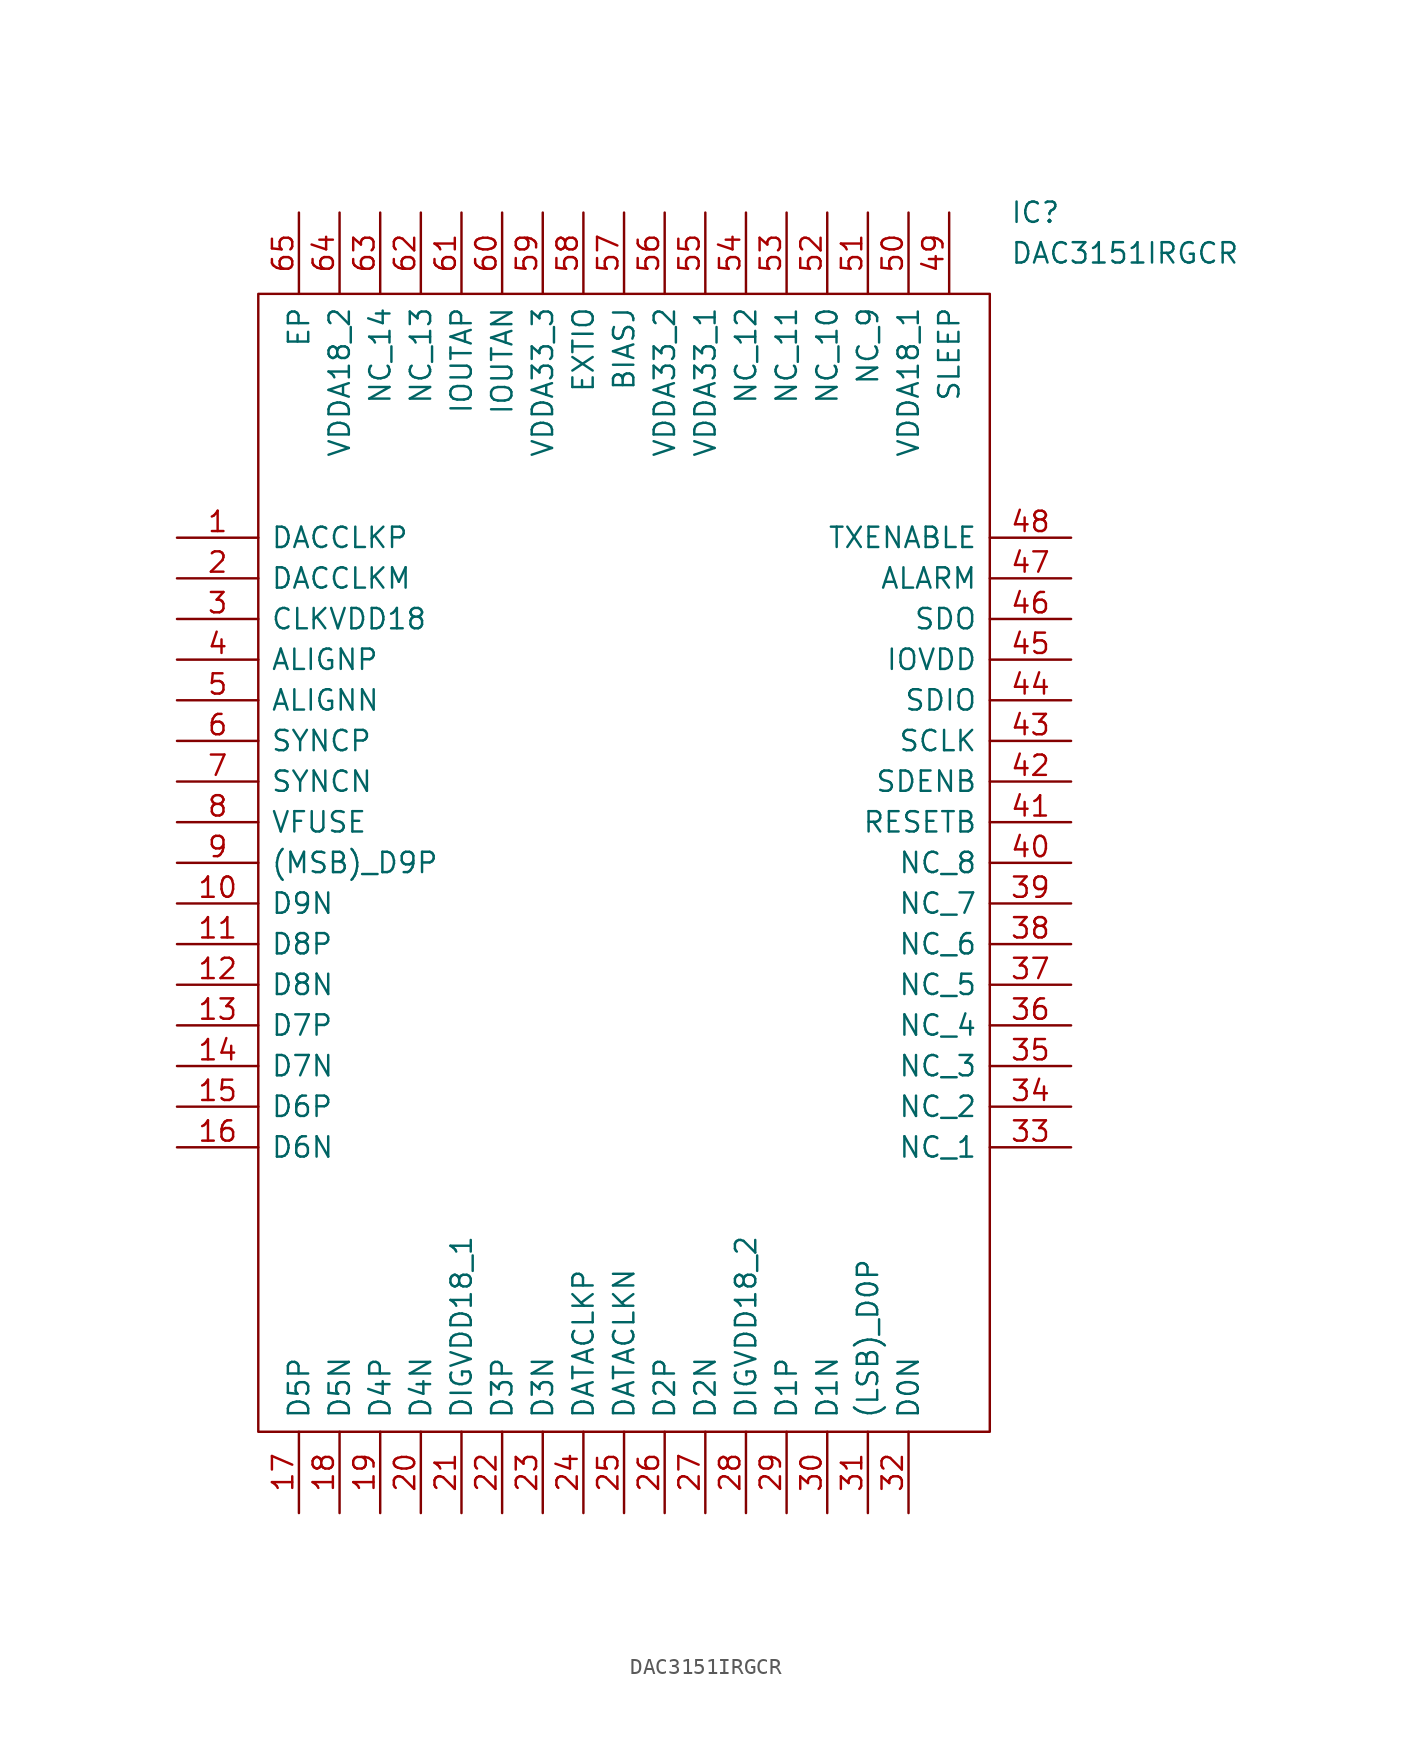
<source format=kicad_sym>
(kicad_symbol_lib
  (version 20211014)
  (generator kicad_symbol_editor)
  (symbol "DAC3151IRGCR"
    (pin_names
      (offset 0.762))
    (property "Reference" "IC"
      (at 52.07 20.32 0)
      (effects (font (size 1.27 1.27)) (justify left)))
    (property "Value" "DAC3151IRGCR"
      (at 52.07 17.78 0)
      (effects (font (size 1.27 1.27)) (justify left)))
    (symbol "DAC3151IRGCR_0_0"
      (pin passive line (at 0 0 0) (length 5.08) (name "DACCLKP" (effects (font (size 1.27 1.27)))) (number "1" (effects (font (size 1.27 1.27)))))
      (pin passive line (at 0 -22.86 0) (length 5.08) (name "D9N" (effects (font (size 1.27 1.27)))) (number "10" (effects (font (size 1.27 1.27)))))
      (pin passive line (at 0 -25.4 0) (length 5.08) (name "D8P" (effects (font (size 1.27 1.27)))) (number "11" (effects (font (size 1.27 1.27)))))
      (pin passive line (at 0 -27.94 0) (length 5.08) (name "D8N" (effects (font (size 1.27 1.27)))) (number "12" (effects (font (size 1.27 1.27)))))
      (pin passive line (at 0 -30.48 0) (length 5.08) (name "D7P" (effects (font (size 1.27 1.27)))) (number "13" (effects (font (size 1.27 1.27)))))
      (pin passive line (at 0 -33.02 0) (length 5.08) (name "D7N" (effects (font (size 1.27 1.27)))) (number "14" (effects (font (size 1.27 1.27)))))
      (pin passive line (at 0 -35.56 0) (length 5.08) (name "D6P" (effects (font (size 1.27 1.27)))) (number "15" (effects (font (size 1.27 1.27)))))
      (pin passive line (at 0 -38.1 0) (length 5.08) (name "D6N" (effects (font (size 1.27 1.27)))) (number "16" (effects (font (size 1.27 1.27)))))
      (pin passive line (at 7.62 -60.96 90) (length 5.08) (name "D5P" (effects (font (size 1.27 1.27)))) (number "17" (effects (font (size 1.27 1.27)))))
      (pin passive line (at 10.16 -60.96 90) (length 5.08) (name "D5N" (effects (font (size 1.27 1.27)))) (number "18" (effects (font (size 1.27 1.27)))))
      (pin passive line (at 12.7 -60.96 90) (length 5.08) (name "D4P" (effects (font (size 1.27 1.27)))) (number "19" (effects (font (size 1.27 1.27)))))
      (pin passive line (at 0 -2.54 0) (length 5.08) (name "DACCLKM" (effects (font (size 1.27 1.27)))) (number "2" (effects (font (size 1.27 1.27)))))
      (pin passive line (at 15.24 -60.96 90) (length 5.08) (name "D4N" (effects (font (size 1.27 1.27)))) (number "20" (effects (font (size 1.27 1.27)))))
      (pin passive line (at 17.78 -60.96 90) (length 5.08) (name "DIGVDD18_1" (effects (font (size 1.27 1.27)))) (number "21" (effects (font (size 1.27 1.27)))))
      (pin passive line (at 20.32 -60.96 90) (length 5.08) (name "D3P" (effects (font (size 1.27 1.27)))) (number "22" (effects (font (size 1.27 1.27)))))
      (pin passive line (at 22.86 -60.96 90) (length 5.08) (name "D3N" (effects (font (size 1.27 1.27)))) (number "23" (effects (font (size 1.27 1.27)))))
      (pin passive line (at 25.4 -60.96 90) (length 5.08) (name "DATACLKP" (effects (font (size 1.27 1.27)))) (number "24" (effects (font (size 1.27 1.27)))))
      (pin passive line (at 27.94 -60.96 90) (length 5.08) (name "DATACLKN" (effects (font (size 1.27 1.27)))) (number "25" (effects (font (size 1.27 1.27)))))
      (pin passive line (at 30.48 -60.96 90) (length 5.08) (name "D2P" (effects (font (size 1.27 1.27)))) (number "26" (effects (font (size 1.27 1.27)))))
      (pin passive line (at 33.02 -60.96 90) (length 5.08) (name "D2N" (effects (font (size 1.27 1.27)))) (number "27" (effects (font (size 1.27 1.27)))))
      (pin passive line (at 35.56 -60.96 90) (length 5.08) (name "DIGVDD18_2" (effects (font (size 1.27 1.27)))) (number "28" (effects (font (size 1.27 1.27)))))
      (pin passive line (at 38.1 -60.96 90) (length 5.08) (name "D1P" (effects (font (size 1.27 1.27)))) (number "29" (effects (font (size 1.27 1.27)))))
      (pin passive line (at 0 -5.08 0) (length 5.08) (name "CLKVDD18" (effects (font (size 1.27 1.27)))) (number "3" (effects (font (size 1.27 1.27)))))
      (pin passive line (at 40.64 -60.96 90) (length 5.08) (name "D1N" (effects (font (size 1.27 1.27)))) (number "30" (effects (font (size 1.27 1.27)))))
      (pin passive line (at 43.18 -60.96 90) (length 5.08) (name "(LSB)_D0P" (effects (font (size 1.27 1.27)))) (number "31" (effects (font (size 1.27 1.27)))))
      (pin passive line (at 45.72 -60.96 90) (length 5.08) (name "D0N" (effects (font (size 1.27 1.27)))) (number "32" (effects (font (size 1.27 1.27)))))
      (pin passive line (at 55.88 -38.1 180) (length 5.08) (name "NC_1" (effects (font (size 1.27 1.27)))) (number "33" (effects (font (size 1.27 1.27)))))
      (pin passive line (at 55.88 -35.56 180) (length 5.08) (name "NC_2" (effects (font (size 1.27 1.27)))) (number "34" (effects (font (size 1.27 1.27)))))
      (pin passive line (at 55.88 -33.02 180) (length 5.08) (name "NC_3" (effects (font (size 1.27 1.27)))) (number "35" (effects (font (size 1.27 1.27)))))
      (pin passive line (at 55.88 -30.48 180) (length 5.08) (name "NC_4" (effects (font (size 1.27 1.27)))) (number "36" (effects (font (size 1.27 1.27)))))
      (pin passive line (at 55.88 -27.94 180) (length 5.08) (name "NC_5" (effects (font (size 1.27 1.27)))) (number "37" (effects (font (size 1.27 1.27)))))
      (pin passive line (at 55.88 -25.4 180) (length 5.08) (name "NC_6" (effects (font (size 1.27 1.27)))) (number "38" (effects (font (size 1.27 1.27)))))
      (pin passive line (at 55.88 -22.86 180) (length 5.08) (name "NC_7" (effects (font (size 1.27 1.27)))) (number "39" (effects (font (size 1.27 1.27)))))
      (pin passive line (at 0 -7.62 0) (length 5.08) (name "ALIGNP" (effects (font (size 1.27 1.27)))) (number "4" (effects (font (size 1.27 1.27)))))
      (pin passive line (at 55.88 -20.32 180) (length 5.08) (name "NC_8" (effects (font (size 1.27 1.27)))) (number "40" (effects (font (size 1.27 1.27)))))
      (pin passive line (at 55.88 -17.78 180) (length 5.08) (name "RESETB" (effects (font (size 1.27 1.27)))) (number "41" (effects (font (size 1.27 1.27)))))
      (pin passive line (at 55.88 -15.24 180) (length 5.08) (name "SDENB" (effects (font (size 1.27 1.27)))) (number "42" (effects (font (size 1.27 1.27)))))
      (pin passive line (at 55.88 -12.7 180) (length 5.08) (name "SCLK" (effects (font (size 1.27 1.27)))) (number "43" (effects (font (size 1.27 1.27)))))
      (pin passive line (at 55.88 -10.16 180) (length 5.08) (name "SDIO" (effects (font (size 1.27 1.27)))) (number "44" (effects (font (size 1.27 1.27)))))
      (pin passive line (at 55.88 -7.62 180) (length 5.08) (name "IOVDD" (effects (font (size 1.27 1.27)))) (number "45" (effects (font (size 1.27 1.27)))))
      (pin passive line (at 55.88 -5.08 180) (length 5.08) (name "SDO" (effects (font (size 1.27 1.27)))) (number "46" (effects (font (size 1.27 1.27)))))
      (pin passive line (at 55.88 -2.54 180) (length 5.08) (name "ALARM" (effects (font (size 1.27 1.27)))) (number "47" (effects (font (size 1.27 1.27)))))
      (pin passive line (at 55.88 0 180) (length 5.08) (name "TXENABLE" (effects (font (size 1.27 1.27)))) (number "48" (effects (font (size 1.27 1.27)))))
      (pin passive line (at 48.26 20.32 270) (length 5.08) (name "SLEEP" (effects (font (size 1.27 1.27)))) (number "49" (effects (font (size 1.27 1.27)))))
      (pin passive line (at 0 -10.16 0) (length 5.08) (name "ALIGNN" (effects (font (size 1.27 1.27)))) (number "5" (effects (font (size 1.27 1.27)))))
      (pin passive line (at 45.72 20.32 270) (length 5.08) (name "VDDA18_1" (effects (font (size 1.27 1.27)))) (number "50" (effects (font (size 1.27 1.27)))))
      (pin passive line (at 43.18 20.32 270) (length 5.08) (name "NC_9" (effects (font (size 1.27 1.27)))) (number "51" (effects (font (size 1.27 1.27)))))
      (pin passive line (at 40.64 20.32 270) (length 5.08) (name "NC_10" (effects (font (size 1.27 1.27)))) (number "52" (effects (font (size 1.27 1.27)))))
      (pin passive line (at 38.1 20.32 270) (length 5.08) (name "NC_11" (effects (font (size 1.27 1.27)))) (number "53" (effects (font (size 1.27 1.27)))))
      (pin passive line (at 35.56 20.32 270) (length 5.08) (name "NC_12" (effects (font (size 1.27 1.27)))) (number "54" (effects (font (size 1.27 1.27)))))
      (pin passive line (at 33.02 20.32 270) (length 5.08) (name "VDDA33_1" (effects (font (size 1.27 1.27)))) (number "55" (effects (font (size 1.27 1.27)))))
      (pin passive line (at 30.48 20.32 270) (length 5.08) (name "VDDA33_2" (effects (font (size 1.27 1.27)))) (number "56" (effects (font (size 1.27 1.27)))))
      (pin passive line (at 27.94 20.32 270) (length 5.08) (name "BIASJ" (effects (font (size 1.27 1.27)))) (number "57" (effects (font (size 1.27 1.27)))))
      (pin passive line (at 25.4 20.32 270) (length 5.08) (name "EXTIO" (effects (font (size 1.27 1.27)))) (number "58" (effects (font (size 1.27 1.27)))))
      (pin passive line (at 22.86 20.32 270) (length 5.08) (name "VDDA33_3" (effects (font (size 1.27 1.27)))) (number "59" (effects (font (size 1.27 1.27)))))
      (pin passive line (at 0 -12.7 0) (length 5.08) (name "SYNCP" (effects (font (size 1.27 1.27)))) (number "6" (effects (font (size 1.27 1.27)))))
      (pin passive line (at 20.32 20.32 270) (length 5.08) (name "IOUTAN" (effects (font (size 1.27 1.27)))) (number "60" (effects (font (size 1.27 1.27)))))
      (pin passive line (at 17.78 20.32 270) (length 5.08) (name "IOUTAP" (effects (font (size 1.27 1.27)))) (number "61" (effects (font (size 1.27 1.27)))))
      (pin passive line (at 15.24 20.32 270) (length 5.08) (name "NC_13" (effects (font (size 1.27 1.27)))) (number "62" (effects (font (size 1.27 1.27)))))
      (pin passive line (at 12.7 20.32 270) (length 5.08) (name "NC_14" (effects (font (size 1.27 1.27)))) (number "63" (effects (font (size 1.27 1.27)))))
      (pin passive line (at 10.16 20.32 270) (length 5.08) (name "VDDA18_2" (effects (font (size 1.27 1.27)))) (number "64" (effects (font (size 1.27 1.27)))))
      (pin passive line (at 7.62 20.32 270) (length 5.08) (name "EP" (effects (font (size 1.27 1.27)))) (number "65" (effects (font (size 1.27 1.27)))))
      (pin passive line (at 0 -15.24 0) (length 5.08) (name "SYNCN" (effects (font (size 1.27 1.27)))) (number "7" (effects (font (size 1.27 1.27)))))
      (pin passive line (at 0 -17.78 0) (length 5.08) (name "VFUSE" (effects (font (size 1.27 1.27)))) (number "8" (effects (font (size 1.27 1.27)))))
      (pin passive line (at 0 -20.32 0) (length 5.08) (name "(MSB)_D9P" (effects (font (size 1.27 1.27)))) (number "9" (effects (font (size 1.27 1.27))))))
    (symbol "DAC3151IRGCR_0_1"
      (polyline (pts (xy 5.08 15.24) (xy 50.8 15.24) (xy 50.8 -55.88) (xy 5.08 -55.88) (xy 5.08 15.24)) (stroke (width 0.152) (type default) (color 0 0 0 0)) (fill (type none))))))
</source>
